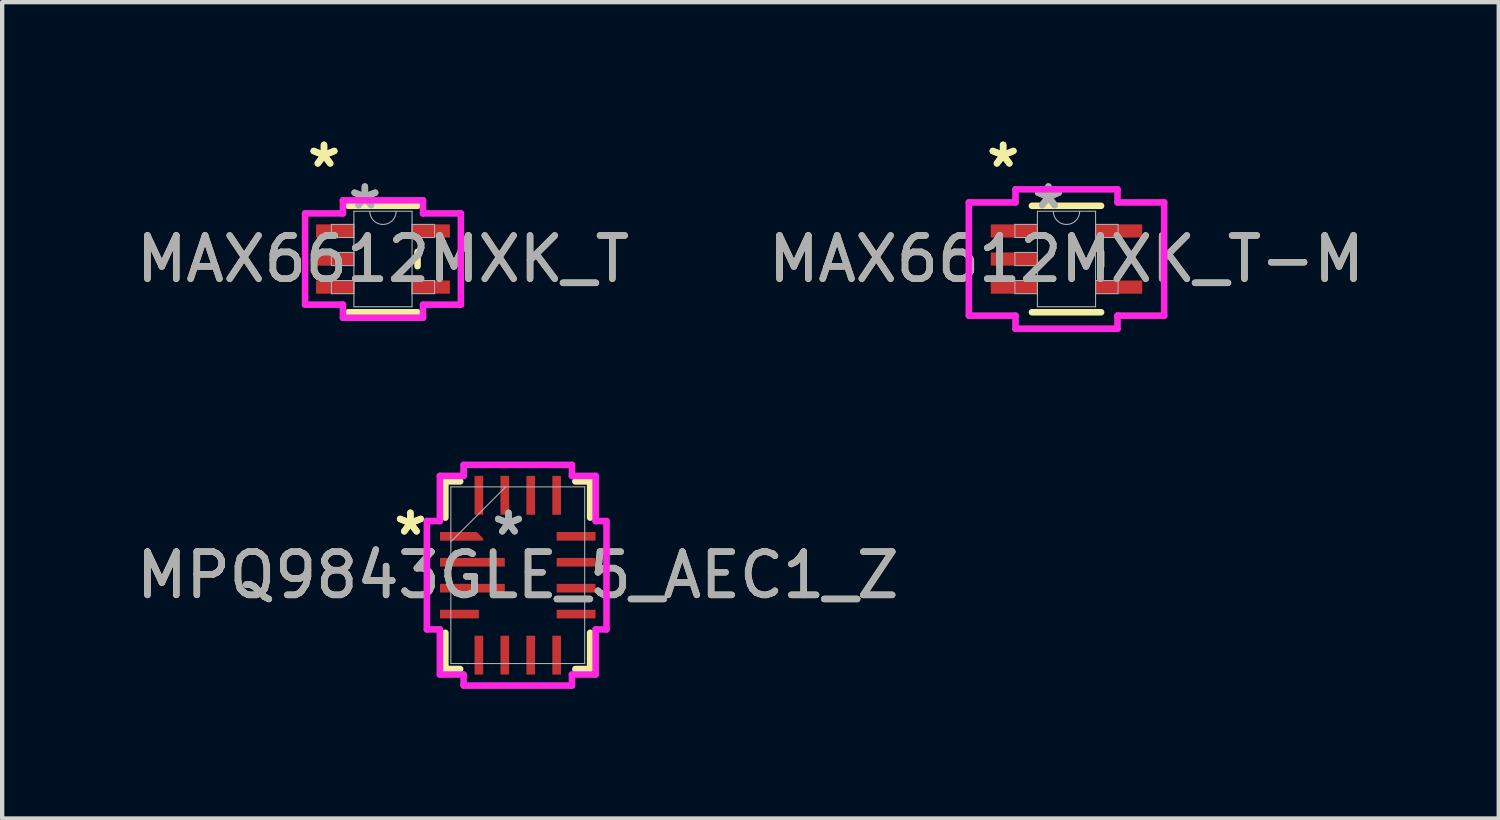
<source format=kicad_pcb>
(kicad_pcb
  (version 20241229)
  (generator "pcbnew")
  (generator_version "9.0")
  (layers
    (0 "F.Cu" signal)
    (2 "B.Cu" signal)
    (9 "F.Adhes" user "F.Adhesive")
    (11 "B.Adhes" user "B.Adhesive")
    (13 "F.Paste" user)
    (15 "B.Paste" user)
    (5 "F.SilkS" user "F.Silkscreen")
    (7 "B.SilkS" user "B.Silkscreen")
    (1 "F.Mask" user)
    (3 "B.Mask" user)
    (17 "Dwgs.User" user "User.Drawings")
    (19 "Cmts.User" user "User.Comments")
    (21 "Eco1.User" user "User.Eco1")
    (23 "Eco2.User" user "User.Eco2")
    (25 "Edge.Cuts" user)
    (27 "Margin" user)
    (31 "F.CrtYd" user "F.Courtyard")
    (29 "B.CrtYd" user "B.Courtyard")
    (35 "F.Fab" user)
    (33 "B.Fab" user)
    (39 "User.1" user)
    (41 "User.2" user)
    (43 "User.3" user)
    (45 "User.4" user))
  (footprint "MAX6612MXK_T"
    (layer "F.Cu")
    (at 5.815 2.946)
    (property "Reference" "MAX6612MXK_T" (at 0 0 0) (unlocked yes) (layer "F.SilkS") (effects (font (size 1 1) (thickness 0.15))))
    (attr smd)
    (fp_line (start -0.8 1.232) (end 0.8 1.232) (stroke (width 0.152) (type solid)) (layer "F.SilkS"))
    (fp_line (start 0.8 -1.232) (end -0.8 -1.232) (stroke (width 0.152) (type solid)) (layer "F.SilkS"))
    (fp_line (start 0.8 0.165) (end 0.8 -0.165) (stroke (width 0.152) (type solid)) (layer "F.SilkS"))
    (fp_line (start -1.803 -1.056) (end -0.927 -1.056) (stroke (width 0.152) (type solid)) (layer "F.CrtYd"))
    (fp_line (start -1.803 1.056) (end -1.803 -1.056) (stroke (width 0.152) (type solid)) (layer "F.CrtYd"))
    (fp_line (start -0.927 -1.359) (end 0.927 -1.359) (stroke (width 0.152) (type solid)) (layer "F.CrtYd"))
    (fp_line (start -0.927 -1.056) (end -0.927 -1.359) (stroke (width 0.152) (type solid)) (layer "F.CrtYd"))
    (fp_line (start -0.927 1.056) (end -1.803 1.056) (stroke (width 0.152) (type solid)) (layer "F.CrtYd"))
    (fp_line (start -0.927 1.359) (end -0.927 1.056) (stroke (width 0.152) (type solid)) (layer "F.CrtYd"))
    (fp_line (start 0.927 -1.359) (end 0.927 -1.056) (stroke (width 0.152) (type solid)) (layer "F.CrtYd"))
    (fp_line (start 0.927 -1.056) (end 1.803 -1.056) (stroke (width 0.152) (type solid)) (layer "F.CrtYd"))
    (fp_line (start 0.927 1.056) (end 0.927 1.359) (stroke (width 0.152) (type solid)) (layer "F.CrtYd"))
    (fp_line (start 0.927 1.359) (end -0.927 1.359) (stroke (width 0.152) (type solid)) (layer "F.CrtYd"))
    (fp_line (start 1.803 -1.056) (end 1.803 1.056) (stroke (width 0.152) (type solid)) (layer "F.CrtYd"))
    (fp_line (start 1.803 1.056) (end 0.927 1.056) (stroke (width 0.152) (type solid)) (layer "F.CrtYd"))
    (fp_line (start -1.194 -0.802) (end -1.194 -0.498) (stroke (width 0.025) (type solid)) (layer "F.Fab"))
    (fp_line (start -1.194 -0.498) (end -0.673 -0.498) (stroke (width 0.025) (type solid)) (layer "F.Fab"))
    (fp_line (start -1.194 -0.152) (end -1.194 0.152) (stroke (width 0.025) (type solid)) (layer "F.Fab"))
    (fp_line (start -1.194 0.152) (end -0.673 0.152) (stroke (width 0.025) (type solid)) (layer "F.Fab"))
    (fp_line (start -1.194 0.498) (end -1.194 0.802) (stroke (width 0.025) (type solid)) (layer "F.Fab"))
    (fp_line (start -1.194 0.802) (end -0.673 0.802) (stroke (width 0.025) (type solid)) (layer "F.Fab"))
    (fp_line (start -0.673 -1.105) (end -0.673 1.105) (stroke (width 0.025) (type solid)) (layer "F.Fab"))
    (fp_line (start -0.673 -0.802) (end -1.194 -0.802) (stroke (width 0.025) (type solid)) (layer "F.Fab"))
    (fp_line (start -0.673 -0.498) (end -0.673 -0.802) (stroke (width 0.025) (type solid)) (layer "F.Fab"))
    (fp_line (start -0.673 -0.152) (end -1.194 -0.152) (stroke (width 0.025) (type solid)) (layer "F.Fab"))
    (fp_line (start -0.673 0.152) (end -0.673 -0.152) (stroke (width 0.025) (type solid)) (layer "F.Fab"))
    (fp_line (start -0.673 0.498) (end -1.194 0.498) (stroke (width 0.025) (type solid)) (layer "F.Fab"))
    (fp_line (start -0.673 0.802) (end -0.673 0.498) (stroke (width 0.025) (type solid)) (layer "F.Fab"))
    (fp_line (start -0.673 1.105) (end 0.673 1.105) (stroke (width 0.025) (type solid)) (layer "F.Fab"))
    (fp_line (start 0.673 -1.105) (end -0.673 -1.105) (stroke (width 0.025) (type solid)) (layer "F.Fab"))
    (fp_line (start 0.673 -0.802) (end 0.673 -0.498) (stroke (width 0.025) (type solid)) (layer "F.Fab"))
    (fp_line (start 0.673 -0.498) (end 1.194 -0.498) (stroke (width 0.025) (type solid)) (layer "F.Fab"))
    (fp_line (start 0.673 0.498) (end 0.673 0.802) (stroke (width 0.025) (type solid)) (layer "F.Fab"))
    (fp_line (start 0.673 0.802) (end 1.194 0.802) (stroke (width 0.025) (type solid)) (layer "F.Fab"))
    (fp_line (start 0.673 1.105) (end 0.673 -1.105) (stroke (width 0.025) (type solid)) (layer "F.Fab"))
    (fp_line (start 1.194 -0.802) (end 0.673 -0.802) (stroke (width 0.025) (type solid)) (layer "F.Fab"))
    (fp_line (start 1.194 -0.498) (end 1.194 -0.802) (stroke (width 0.025) (type solid)) (layer "F.Fab"))
    (fp_line (start 1.194 0.498) (end 0.673 0.498) (stroke (width 0.025) (type solid)) (layer "F.Fab"))
    (fp_line (start 1.194 0.802) (end 1.194 0.498) (stroke (width 0.025) (type solid)) (layer "F.Fab"))
    (fp_arc (start 0.3048 -1.1049) (mid 0 -0.8001) (end -0.3048 -1.1049) (stroke (width 0.0254) (type solid)) (layer "F.Fab"))
    (fp_text user "*" (at -1.365 -2.098 0) (unlocked yes) (layer "F.SilkS") (effects (font (size 1 1) (thickness 0.15))))
    (fp_text user "*" (at -1.365 -2.098 0) (layer "F.SilkS") (effects (font (size 1 1) (thickness 0.15))))
    (fp_text user "${REFERENCE}" (at 0 0 0) (unlocked yes) (layer "F.Fab") (effects (font (size 1 1) (thickness 0.15))))
    (fp_text user "*" (at -0.419 -1.133 0) (layer "F.Fab") (effects (font (size 1 1) (thickness 0.15))))
    (fp_text user "*" (at -0.419 -1.133 0) (unlocked yes) (layer "F.Fab") (effects (font (size 1 1) (thickness 0.15))))
    (pad "1" smd rect (at -1.111 -0.65) (size 0.876 0.305) (layers "F.Cu" "F.Mask" "F.Paste"))
    (pad "2" smd rect (at -1.111 0) (size 0.876 0.305) (layers "F.Cu" "F.Mask" "F.Paste"))
    (pad "3" smd rect (at -1.111 0.65) (size 0.876 0.305) (layers "F.Cu" "F.Mask" "F.Paste"))
    (pad "4" smd rect (at 1.111 0.65) (size 0.876 0.305) (layers "F.Cu" "F.Mask" "F.Paste"))
    (pad "5" smd rect (at 1.111 -0.65) (size 0.876 0.305) (layers "F.Cu" "F.Mask" "F.Paste")))
  (footprint "MPQ9843GLE_5_AEC1_Z"
    (layer "F.Cu")
    (at 8.935 10.265)
    (property "Reference" "MPQ9843GLE_5_AEC1_Z" (at 0 0 0) (unlocked yes) (layer "F.SilkS") (effects (font (size 1 1) (thickness 0.15))))
    (attr smd)
    (fp_poly (pts (xy -1.8 -1) (xy -1.8 -0.8) (xy -0.8 -0.8) (xy -0.8 -0.85) (xy -0.95 -1)) (stroke (width 0) (type solid)) (fill yes) (layer "F.Cu"))
    (fp_poly (pts (xy -1.8 -1) (xy -1.8 -0.8) (xy -0.8 -0.8) (xy -0.8 -0.85) (xy -0.95 -1)) (stroke (width 0) (type solid)) (fill yes) (layer "F.Mask"))
    (fp_line (start -1.676 -2.172) (end -1.676 -1.333) (stroke (width 0.152) (type solid)) (layer "F.SilkS"))
    (fp_line (start -1.676 1.333) (end -1.676 2.172) (stroke (width 0.152) (type solid)) (layer "F.SilkS"))
    (fp_line (start -1.676 2.172) (end -1.333 2.172) (stroke (width 0.152) (type solid)) (layer "F.SilkS"))
    (fp_line (start -1.333 -2.172) (end -1.676 -2.172) (stroke (width 0.152) (type solid)) (layer "F.SilkS"))
    (fp_line (start 1.333 2.172) (end 1.676 2.172) (stroke (width 0.152) (type solid)) (layer "F.SilkS"))
    (fp_line (start 1.676 -2.172) (end 1.333 -2.172) (stroke (width 0.152) (type solid)) (layer "F.SilkS"))
    (fp_line (start 1.676 -1.333) (end 1.676 -2.172) (stroke (width 0.152) (type solid)) (layer "F.SilkS"))
    (fp_line (start 1.676 2.172) (end 1.676 1.333) (stroke (width 0.152) (type solid)) (layer "F.SilkS"))
    (fp_poly (pts (xy -1.8 -1) (xy -1.8 -0.8) (xy -0.8 -0.8) (xy -0.8 -0.85) (xy -0.95 -1)) (stroke (width 0) (type solid)) (fill yes) (layer "F.Paste"))
    (fp_line (start -2.104 -1.254) (end -1.803 -1.254) (stroke (width 0.152) (type solid)) (layer "F.CrtYd"))
    (fp_line (start -2.104 1.254) (end -2.104 -1.254) (stroke (width 0.152) (type solid)) (layer "F.CrtYd"))
    (fp_line (start -1.803 -2.299) (end -1.254 -2.299) (stroke (width 0.152) (type solid)) (layer "F.CrtYd"))
    (fp_line (start -1.803 -1.254) (end -1.803 -2.299) (stroke (width 0.152) (type solid)) (layer "F.CrtYd"))
    (fp_line (start -1.803 1.254) (end -2.104 1.254) (stroke (width 0.152) (type solid)) (layer "F.CrtYd"))
    (fp_line (start -1.803 2.299) (end -1.803 1.254) (stroke (width 0.152) (type solid)) (layer "F.CrtYd"))
    (fp_line (start -1.254 -2.554) (end 1.254 -2.554) (stroke (width 0.152) (type solid)) (layer "F.CrtYd"))
    (fp_line (start -1.254 -2.299) (end -1.254 -2.554) (stroke (width 0.152) (type solid)) (layer "F.CrtYd"))
    (fp_line (start -1.254 2.299) (end -1.803 2.299) (stroke (width 0.152) (type solid)) (layer "F.CrtYd"))
    (fp_line (start -1.254 2.554) (end -1.254 2.299) (stroke (width 0.152) (type solid)) (layer "F.CrtYd"))
    (fp_line (start 1.254 -2.554) (end 1.254 -2.299) (stroke (width 0.152) (type solid)) (layer "F.CrtYd"))
    (fp_line (start 1.254 -2.299) (end 1.803 -2.299) (stroke (width 0.152) (type solid)) (layer "F.CrtYd"))
    (fp_line (start 1.254 2.299) (end 1.254 2.554) (stroke (width 0.152) (type solid)) (layer "F.CrtYd"))
    (fp_line (start 1.254 2.554) (end -1.254 2.554) (stroke (width 0.152) (type solid)) (layer "F.CrtYd"))
    (fp_line (start 1.803 -2.299) (end 1.803 -1.254) (stroke (width 0.152) (type solid)) (layer "F.CrtYd"))
    (fp_line (start 1.803 -1.254) (end 2.054 -1.254) (stroke (width 0.152) (type solid)) (layer "F.CrtYd"))
    (fp_line (start 1.803 1.254) (end 1.803 2.299) (stroke (width 0.152) (type solid)) (layer "F.CrtYd"))
    (fp_line (start 1.803 2.299) (end 1.254 2.299) (stroke (width 0.152) (type solid)) (layer "F.CrtYd"))
    (fp_line (start 2.054 -1.254) (end 2.054 1.254) (stroke (width 0.152) (type solid)) (layer "F.CrtYd"))
    (fp_line (start 2.054 1.254) (end 1.803 1.254) (stroke (width 0.152) (type solid)) (layer "F.CrtYd"))
    (fp_line (start -1.549 -2.045) (end -1.549 2.045) (stroke (width 0.025) (type solid)) (layer "F.Fab"))
    (fp_line (start -1.549 -0.775) (end -0.279 -2.045) (stroke (width 0.025) (type solid)) (layer "F.Fab"))
    (fp_line (start -1.549 2.045) (end 1.549 2.045) (stroke (width 0.025) (type solid)) (layer "F.Fab"))
    (fp_line (start 1.549 -2.045) (end -1.549 -2.045) (stroke (width 0.025) (type solid)) (layer "F.Fab"))
    (fp_line (start 1.549 2.045) (end 1.549 -2.045) (stroke (width 0.025) (type solid)) (layer "F.Fab"))
    (fp_text user "*" (at -2.485 -0.9 0) (layer "F.SilkS") (effects (font (size 1 1) (thickness 0.15))))
    (fp_text user "*" (at -2.485 -0.9 0) (unlocked yes) (layer "F.SilkS") (effects (font (size 1 1) (thickness 0.15))))
    (fp_text user "*" (at -0.215 -0.9 0) (unlocked yes) (layer "F.Fab") (effects (font (size 1 1) (thickness 0.15))))
    (fp_text user "*" (at -0.215 -0.9 0) (layer "F.Fab") (effects (font (size 1 1) (thickness 0.15))))
    (fp_text user "${REFERENCE}" (at 0 0 0) (unlocked yes) (layer "F.Fab") (effects (font (size 1 1) (thickness 0.15))))
    (pad "1" smd rect (at -1.3 -0.9) (size 0.127 0.127) (layers "F.Cu" "F.Mask" "F.Paste"))
    (pad "2" smd rect (at -1.05 -0.3) (size 1.5 0.2) (layers "F.Cu" "F.Mask" "F.Paste"))
    (pad "3" smd rect (at -1.05 0.3) (size 1.5 0.2) (layers "F.Cu" "F.Mask" "F.Paste"))
    (pad "4" smd rect (at -1.35 0.9) (size 0.9 0.2) (layers "F.Cu" "F.Mask" "F.Paste"))
    (pad "5" smd rect (at -0.9 1.85 90) (size 0.9 0.2) (layers "F.Cu" "F.Mask" "F.Paste"))
    (pad "6" smd rect (at -0.3 1.85 90) (size 0.9 0.2) (layers "F.Cu" "F.Mask" "F.Paste"))
    (pad "7" smd rect (at 0.3 1.85 90) (size 0.9 0.2) (layers "F.Cu" "F.Mask" "F.Paste"))
    (pad "8" smd rect (at 0.9 1.85 90) (size 0.9 0.2) (layers "F.Cu" "F.Mask" "F.Paste"))
    (pad "9" smd rect (at 1.35 0.9) (size 0.9 0.2) (layers "F.Cu" "F.Mask" "F.Paste"))
    (pad "10" smd rect (at 1.35 0.3) (size 0.9 0.2) (layers "F.Cu" "F.Mask" "F.Paste"))
    (pad "11" smd rect (at 1.35 -0.3) (size 0.9 0.2) (layers "F.Cu" "F.Mask" "F.Paste"))
    (pad "12" smd rect (at 1.35 -0.9) (size 0.9 0.2) (layers "F.Cu" "F.Mask" "F.Paste"))
    (pad "13" smd rect (at 0.9 -1.85 90) (size 0.9 0.2) (layers "F.Cu" "F.Mask" "F.Paste"))
    (pad "14" smd rect (at 0.3 -1.85 90) (size 0.9 0.2) (layers "F.Cu" "F.Mask" "F.Paste"))
    (pad "15" smd rect (at -0.3 -1.85 90) (size 0.9 0.2) (layers "F.Cu" "F.Mask" "F.Paste"))
    (pad "16" smd rect (at -0.9 -1.85 90) (size 0.9 0.2) (layers "F.Cu" "F.Mask" "F.Paste")))
  (footprint "MAX6612MXK_T-M"
    (layer "F.Cu")
    (at 21.637 2.946)
    (property "Reference" "MAX6612MXK_T-M" (at 0 0 0) (unlocked yes) (layer "F.SilkS") (effects (font (size 1 1) (thickness 0.15))))
    (attr smd)
    (fp_line (start -0.8 1.232) (end 0.8 1.232) (stroke (width 0.152) (type solid)) (layer "F.SilkS"))
    (fp_line (start 0.8 -1.232) (end -0.8 -1.232) (stroke (width 0.152) (type solid)) (layer "F.SilkS"))
    (fp_line (start 0.8 0.165) (end 0.8 -0.165) (stroke (width 0.152) (type solid)) (layer "F.SilkS"))
    (fp_line (start -2.261 -1.31) (end -1.181 -1.31) (stroke (width 0.152) (type solid)) (layer "F.CrtYd"))
    (fp_line (start -2.261 1.31) (end -2.261 -1.31) (stroke (width 0.152) (type solid)) (layer "F.CrtYd"))
    (fp_line (start -1.181 -1.613) (end 1.181 -1.613) (stroke (width 0.152) (type solid)) (layer "F.CrtYd"))
    (fp_line (start -1.181 -1.31) (end -1.181 -1.613) (stroke (width 0.152) (type solid)) (layer "F.CrtYd"))
    (fp_line (start -1.181 1.31) (end -2.261 1.31) (stroke (width 0.152) (type solid)) (layer "F.CrtYd"))
    (fp_line (start -1.181 1.613) (end -1.181 1.31) (stroke (width 0.152) (type solid)) (layer "F.CrtYd"))
    (fp_line (start 1.181 -1.613) (end 1.181 -1.31) (stroke (width 0.152) (type solid)) (layer "F.CrtYd"))
    (fp_line (start 1.181 -1.31) (end 2.261 -1.31) (stroke (width 0.152) (type solid)) (layer "F.CrtYd"))
    (fp_line (start 1.181 1.31) (end 1.181 1.613) (stroke (width 0.152) (type solid)) (layer "F.CrtYd"))
    (fp_line (start 1.181 1.613) (end -1.181 1.613) (stroke (width 0.152) (type solid)) (layer "F.CrtYd"))
    (fp_line (start 2.261 -1.31) (end 2.261 1.31) (stroke (width 0.152) (type solid)) (layer "F.CrtYd"))
    (fp_line (start 2.261 1.31) (end 1.181 1.31) (stroke (width 0.152) (type solid)) (layer "F.CrtYd"))
    (fp_line (start -1.194 -0.802) (end -1.194 -0.498) (stroke (width 0.025) (type solid)) (layer "F.Fab"))
    (fp_line (start -1.194 -0.498) (end -0.673 -0.498) (stroke (width 0.025) (type solid)) (layer "F.Fab"))
    (fp_line (start -1.194 -0.152) (end -1.194 0.152) (stroke (width 0.025) (type solid)) (layer "F.Fab"))
    (fp_line (start -1.194 0.152) (end -0.673 0.152) (stroke (width 0.025) (type solid)) (layer "F.Fab"))
    (fp_line (start -1.194 0.498) (end -1.194 0.802) (stroke (width 0.025) (type solid)) (layer "F.Fab"))
    (fp_line (start -1.194 0.802) (end -0.673 0.802) (stroke (width 0.025) (type solid)) (layer "F.Fab"))
    (fp_line (start -0.673 -1.105) (end -0.673 1.105) (stroke (width 0.025) (type solid)) (layer "F.Fab"))
    (fp_line (start -0.673 -0.802) (end -1.194 -0.802) (stroke (width 0.025) (type solid)) (layer "F.Fab"))
    (fp_line (start -0.673 -0.498) (end -0.673 -0.802) (stroke (width 0.025) (type solid)) (layer "F.Fab"))
    (fp_line (start -0.673 -0.152) (end -1.194 -0.152) (stroke (width 0.025) (type solid)) (layer "F.Fab"))
    (fp_line (start -0.673 0.152) (end -0.673 -0.152) (stroke (width 0.025) (type solid)) (layer "F.Fab"))
    (fp_line (start -0.673 0.498) (end -1.194 0.498) (stroke (width 0.025) (type solid)) (layer "F.Fab"))
    (fp_line (start -0.673 0.802) (end -0.673 0.498) (stroke (width 0.025) (type solid)) (layer "F.Fab"))
    (fp_line (start -0.673 1.105) (end 0.673 1.105) (stroke (width 0.025) (type solid)) (layer "F.Fab"))
    (fp_line (start 0.673 -1.105) (end -0.673 -1.105) (stroke (width 0.025) (type solid)) (layer "F.Fab"))
    (fp_line (start 0.673 -0.802) (end 0.673 -0.498) (stroke (width 0.025) (type solid)) (layer "F.Fab"))
    (fp_line (start 0.673 -0.498) (end 1.194 -0.498) (stroke (width 0.025) (type solid)) (layer "F.Fab"))
    (fp_line (start 0.673 0.498) (end 0.673 0.802) (stroke (width 0.025) (type solid)) (layer "F.Fab"))
    (fp_line (start 0.673 0.802) (end 1.194 0.802) (stroke (width 0.025) (type solid)) (layer "F.Fab"))
    (fp_line (start 0.673 1.105) (end 0.673 -1.105) (stroke (width 0.025) (type solid)) (layer "F.Fab"))
    (fp_line (start 1.194 -0.802) (end 0.673 -0.802) (stroke (width 0.025) (type solid)) (layer "F.Fab"))
    (fp_line (start 1.194 -0.498) (end 1.194 -0.802) (stroke (width 0.025) (type solid)) (layer "F.Fab"))
    (fp_line (start 1.194 0.498) (end 0.673 0.498) (stroke (width 0.025) (type solid)) (layer "F.Fab"))
    (fp_line (start 1.194 0.802) (end 1.194 0.498) (stroke (width 0.025) (type solid)) (layer "F.Fab"))
    (fp_arc (start 0.3048 -1.1049) (mid 0 -0.8001) (end -0.3048 -1.1049) (stroke (width 0.0254) (type solid)) (layer "F.Fab"))
    (fp_text user "*" (at -1.467 -2.098 0) (unlocked yes) (layer "F.SilkS") (effects (font (size 1 1) (thickness 0.15))))
    (fp_text user "*" (at -1.467 -2.098 0) (layer "F.SilkS") (effects (font (size 1 1) (thickness 0.15))))
    (fp_text user "${REFERENCE}" (at 0 0 0) (unlocked yes) (layer "F.Fab") (effects (font (size 1 1) (thickness 0.15))))
    (fp_text user "*" (at -0.419 -1.133 0) (unlocked yes) (layer "F.Fab") (effects (font (size 1 1) (thickness 0.15))))
    (fp_text user "*" (at -0.419 -1.133 0) (layer "F.Fab") (effects (font (size 1 1) (thickness 0.15))))
    (pad "1" smd rect (at -1.213 -0.65) (size 1.079 0.305) (layers "F.Cu" "F.Mask" "F.Paste"))
    (pad "2" smd rect (at -1.213 0) (size 1.079 0.305) (layers "F.Cu" "F.Mask" "F.Paste"))
    (pad "3" smd rect (at -1.213 0.65) (size 1.079 0.305) (layers "F.Cu" "F.Mask" "F.Paste"))
    (pad "4" smd rect (at 1.213 0.65) (size 1.079 0.305) (layers "F.Cu" "F.Mask" "F.Paste"))
    (pad "5" smd rect (at 1.213 -0.65) (size 1.079 0.305) (layers "F.Cu" "F.Mask" "F.Paste")))
  (gr_rect
    (start -3 -3)
    (end 31.643 15.896)
    (stroke (width 0.1) (type default))
    (fill no)
    (layer "Edge.Cuts")))
</source>
